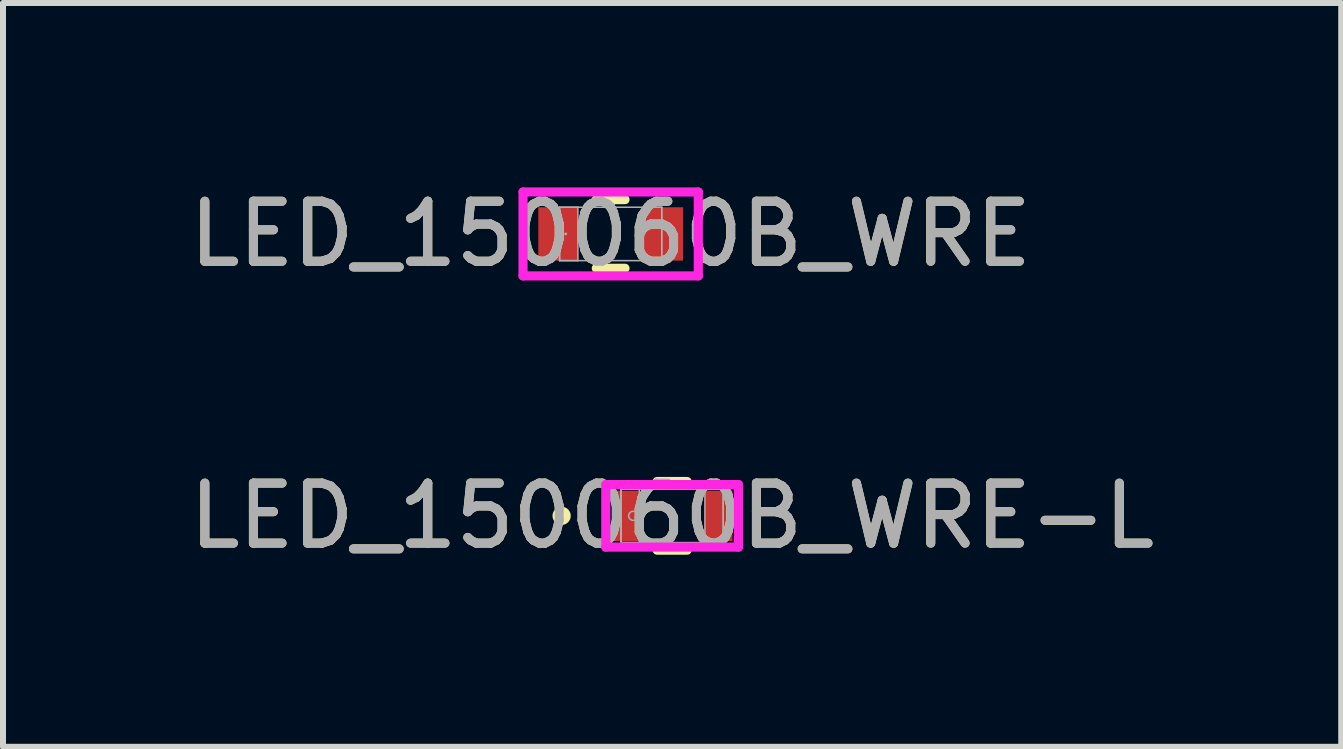
<source format=kicad_pcb>
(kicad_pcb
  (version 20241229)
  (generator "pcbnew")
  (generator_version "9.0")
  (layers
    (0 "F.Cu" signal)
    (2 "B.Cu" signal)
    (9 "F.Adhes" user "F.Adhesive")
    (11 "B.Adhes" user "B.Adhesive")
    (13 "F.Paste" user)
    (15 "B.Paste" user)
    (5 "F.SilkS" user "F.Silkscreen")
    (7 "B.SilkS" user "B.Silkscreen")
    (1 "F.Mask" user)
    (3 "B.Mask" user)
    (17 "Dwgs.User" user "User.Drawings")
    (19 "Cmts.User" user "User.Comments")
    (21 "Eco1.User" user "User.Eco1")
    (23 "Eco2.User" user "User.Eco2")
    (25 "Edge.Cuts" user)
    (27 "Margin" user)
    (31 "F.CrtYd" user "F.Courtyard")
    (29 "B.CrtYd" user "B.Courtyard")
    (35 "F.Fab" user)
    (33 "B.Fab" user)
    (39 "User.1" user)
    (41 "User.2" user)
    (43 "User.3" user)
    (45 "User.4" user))
  (footprint "LED_150060B_WRE"
    (layer "F.Cu")
    (at 7.125 0.848)
    (property "Reference" "LED_150060B_WRE" (at 0 0 0) (unlocked yes) (layer "F.SilkS") (effects (font (size 1 1) (thickness 0.15))))
    (attr smd)
    (fp_line (start -0.239 0.572) (end 0.239 0.572) (stroke (width 0.152) (type solid)) (layer "F.SilkS"))
    (fp_line (start 0.239 -0.572) (end -0.239 -0.572) (stroke (width 0.152) (type solid)) (layer "F.SilkS"))
    (fp_line (start -1.46 -0.699) (end 1.46 -0.699) (stroke (width 0.152) (type solid)) (layer "F.CrtYd"))
    (fp_line (start -1.46 0.699) (end -1.46 -0.699) (stroke (width 0.152) (type solid)) (layer "F.CrtYd"))
    (fp_line (start 1.46 -0.699) (end 1.46 0.699) (stroke (width 0.152) (type solid)) (layer "F.CrtYd"))
    (fp_line (start 1.46 0.699) (end -1.46 0.699) (stroke (width 0.152) (type solid)) (layer "F.CrtYd"))
    (fp_line (start -0.851 -0.445) (end -0.851 0.445) (stroke (width 0.025) (type solid)) (layer "F.Fab"))
    (fp_line (start -0.851 -0.445) (end -0.851 0.445) (stroke (width 0.025) (type solid)) (layer "F.Fab"))
    (fp_line (start -0.851 0.445) (end -0.546 0.445) (stroke (width 0.025) (type solid)) (layer "F.Fab"))
    (fp_line (start -0.851 0.445) (end 0.851 0.445) (stroke (width 0.025) (type solid)) (layer "F.Fab"))
    (fp_line (start -0.546 -0.445) (end -0.851 -0.445) (stroke (width 0.025) (type solid)) (layer "F.Fab"))
    (fp_line (start -0.546 0.445) (end -0.546 -0.445) (stroke (width 0.025) (type solid)) (layer "F.Fab"))
    (fp_line (start 0.546 -0.445) (end 0.546 0.445) (stroke (width 0.025) (type solid)) (layer "F.Fab"))
    (fp_line (start 0.546 0.445) (end 0.851 0.445) (stroke (width 0.025) (type solid)) (layer "F.Fab"))
    (fp_line (start 0.851 -0.445) (end -0.851 -0.445) (stroke (width 0.025) (type solid)) (layer "F.Fab"))
    (fp_line (start 0.851 -0.445) (end 0.546 -0.445) (stroke (width 0.025) (type solid)) (layer "F.Fab"))
    (fp_line (start 0.851 0.445) (end 0.851 -0.445) (stroke (width 0.025) (type solid)) (layer "F.Fab"))
    (fp_line (start 0.851 0.445) (end 0.851 -0.445) (stroke (width 0.025) (type solid)) (layer "F.Fab"))
    (fp_circle (center -0.749 0) (end -0.749 0) (stroke (width 0.025) (type solid)) (fill no) (layer "F.Fab"))
    (fp_text user "${REFERENCE}" (at 0 0 0) (unlocked yes) (layer "F.Fab") (effects (font (size 1 1) (thickness 0.15))))
    (pad "1" smd rect (at -0.876 0) (size 0.66 0.889) (layers "F.Cu" "F.Mask" "F.Paste"))
    (pad "2" smd rect (at 0.876 0) (size 0.66 0.889) (layers "F.Cu" "F.Mask" "F.Paste"))
    (zone (net_name "") (layer "F.Cu") (hatch full 0.508) (connect_pads) (min_thickness 0.254) (filled_areas_thickness no) (keepout (tracks not_allowed) (vias not_allowed) (pads allowed) (copperpour not_allowed) (footprints allowed)) (placement (enabled no)) (fill) (polygon (pts (xy 6.63 0.455) (xy 7.62 0.455) (xy 7.62 1.242) (xy 6.63 1.242)))))
  (footprint "LED_150060B_WRE-L"
    (layer "F.Cu")
    (at 8.149 5.545)
    (property "Reference" "LED_150060B_WRE-L" (at 0 0 0) (unlocked yes) (layer "F.SilkS") (effects (font (size 1 1) (thickness 0.15))))
    (attr smd)
    (fp_line (start -0.25 0.572) (end 0.25 0.572) (stroke (width 0.152) (type solid)) (layer "F.SilkS"))
    (fp_line (start 0.25 -0.572) (end -0.25 -0.572) (stroke (width 0.152) (type solid)) (layer "F.SilkS"))
    (fp_circle (center -1.841 0) (end -1.765 0) (stroke (width 0.152) (type solid)) (fill no) (layer "F.SilkS"))
    (fp_line (start -1.105 -0.521) (end 1.105 -0.521) (stroke (width 0.152) (type solid)) (layer "F.CrtYd"))
    (fp_line (start -1.105 0.521) (end -1.105 -0.521) (stroke (width 0.152) (type solid)) (layer "F.CrtYd"))
    (fp_line (start 1.105 -0.521) (end 1.105 0.521) (stroke (width 0.152) (type solid)) (layer "F.CrtYd"))
    (fp_line (start 1.105 0.521) (end -1.105 0.521) (stroke (width 0.152) (type solid)) (layer "F.CrtYd"))
    (fp_line (start -0.851 -0.445) (end -0.851 0.445) (stroke (width 0.025) (type solid)) (layer "F.Fab"))
    (fp_line (start -0.851 -0.445) (end -0.851 0.445) (stroke (width 0.025) (type solid)) (layer "F.Fab"))
    (fp_line (start -0.851 0.445) (end -0.546 0.445) (stroke (width 0.025) (type solid)) (layer "F.Fab"))
    (fp_line (start -0.851 0.445) (end 0.851 0.445) (stroke (width 0.025) (type solid)) (layer "F.Fab"))
    (fp_line (start -0.546 -0.445) (end -0.851 -0.445) (stroke (width 0.025) (type solid)) (layer "F.Fab"))
    (fp_line (start -0.546 0.445) (end -0.546 -0.445) (stroke (width 0.025) (type solid)) (layer "F.Fab"))
    (fp_line (start 0.546 -0.445) (end 0.546 0.445) (stroke (width 0.025) (type solid)) (layer "F.Fab"))
    (fp_line (start 0.546 0.445) (end 0.851 0.445) (stroke (width 0.025) (type solid)) (layer "F.Fab"))
    (fp_line (start 0.851 -0.445) (end -0.851 -0.445) (stroke (width 0.025) (type solid)) (layer "F.Fab"))
    (fp_line (start 0.851 -0.445) (end 0.546 -0.445) (stroke (width 0.025) (type solid)) (layer "F.Fab"))
    (fp_line (start 0.851 0.445) (end 0.851 -0.445) (stroke (width 0.025) (type solid)) (layer "F.Fab"))
    (fp_line (start 0.851 0.445) (end 0.851 -0.445) (stroke (width 0.025) (type solid)) (layer "F.Fab"))
    (fp_circle (center -0.648 0) (end -0.572 0) (stroke (width 0.025) (type solid)) (fill no) (layer "F.Fab"))
    (fp_text user "${REFERENCE}" (at 0 0 0) (unlocked yes) (layer "F.Fab") (effects (font (size 1 1) (thickness 0.15))))
    (pad "1" smd rect (at -0.775 0) (size 0.457 0.838) (layers "F.Cu" "F.Mask" "F.Paste"))
    (pad "2" smd rect (at 0.775 0) (size 0.457 0.838) (layers "F.Cu" "F.Mask" "F.Paste"))
    (zone (net_name "") (layer "F.Cu") (hatch full 0.508) (connect_pads) (min_thickness 0.254) (filled_areas_thickness no) (keepout (tracks not_allowed) (vias not_allowed) (pads allowed) (copperpour not_allowed) (footprints allowed)) (placement (enabled no)) (fill) (polygon (pts (xy 7.654 5.151) (xy 8.644 5.151) (xy 8.644 5.938) (xy 7.654 5.938)))))
  (gr_rect
    (start -3 -3)
    (end 19.298 9.393)
    (stroke (width 0.1) (type default))
    (fill no)
    (layer "Edge.Cuts")))
</source>
